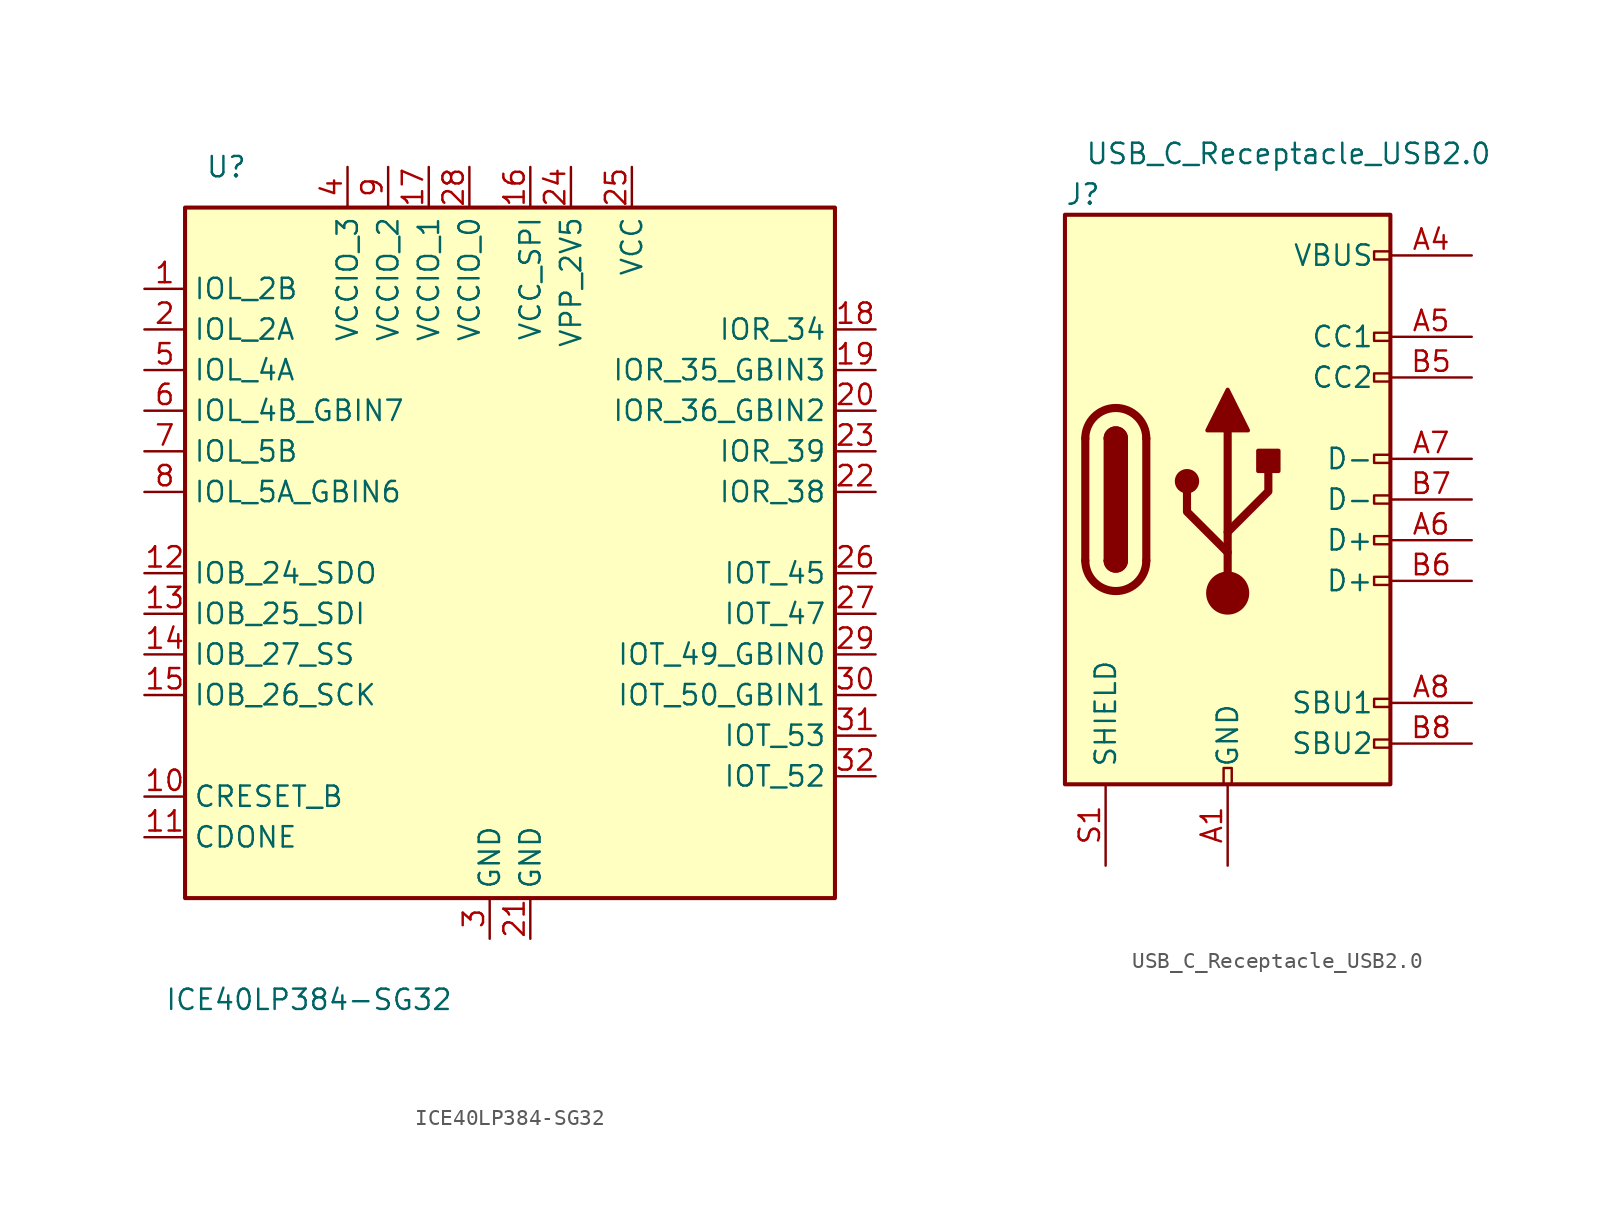
<source format=kicad_sym>
(kicad_symbol_lib
  (version 20220914)
  (generator kicad_symbol_editor)
  (symbol "ICE40LP384-SG32"
    (property "Reference" "U"
      (at -19.05 22.86 0)
      (effects (font (size 1.27 1.27)) (justify left)))
    (property "Value" "ICE40LP384-SG32"
      (at -21.59 -29.21 0)
      (effects (font (size 1.27 1.27)) (justify left)))
    (symbol "ICE40LP384-SG32_0_1"
      (rectangle (start -20.32 20.32) (end 20.32 -22.86) (stroke (width 0.254) (type default)) (fill (type background))))
    (symbol "ICE40LP384-SG32_1_1"
      (pin bidirectional line (at -22.86 15.24 0) (length 2.54) (name "IOL_2B" (effects (font (size 1.27 1.27)))) (number "1" (effects (font (size 1.27 1.27)))))
      (pin input line (at -22.86 -16.51 0) (length 2.54) (name "CRESET_B" (effects (font (size 1.27 1.27)))) (number "10" (effects (font (size 1.27 1.27)))))
      (pin output line (at -22.86 -19.05 0) (length 2.54) (name "CDONE" (effects (font (size 1.27 1.27)))) (number "11" (effects (font (size 1.27 1.27)))))
      (pin bidirectional line (at -22.86 -2.54 0) (length 2.54) (name "IOB_24_SDO" (effects (font (size 1.27 1.27)))) (number "12" (effects (font (size 1.27 1.27)))))
      (pin bidirectional line (at -22.86 -5.08 0) (length 2.54) (name "IOB_25_SDI" (effects (font (size 1.27 1.27)))) (number "13" (effects (font (size 1.27 1.27)))))
      (pin bidirectional line (at -22.86 -7.62 0) (length 2.54) (name "IOB_27_SS" (effects (font (size 1.27 1.27)))) (number "14" (effects (font (size 1.27 1.27)))))
      (pin bidirectional line (at -22.86 -10.16 0) (length 2.54) (name "IOB_26_SCK" (effects (font (size 1.27 1.27)))) (number "15" (effects (font (size 1.27 1.27)))))
      (pin power_in line (at 1.27 22.86 270) (length 2.54) (name "VCC_SPI" (effects (font (size 1.27 1.27)))) (number "16" (effects (font (size 1.27 1.27)))))
      (pin power_in line (at -5.08 22.86 270) (length 2.54) (name "VCCIO_1" (effects (font (size 1.27 1.27)))) (number "17" (effects (font (size 1.27 1.27)))))
      (pin bidirectional line (at 22.86 12.7 180) (length 2.54) (name "IOR_34" (effects (font (size 1.27 1.27)))) (number "18" (effects (font (size 1.27 1.27)))))
      (pin bidirectional line (at 22.86 10.16 180) (length 2.54) (name "IOR_35_GBIN3" (effects (font (size 1.27 1.27)))) (number "19" (effects (font (size 1.27 1.27)))))
      (pin bidirectional line (at -22.86 12.7 0) (length 2.54) (name "IOL_2A" (effects (font (size 1.27 1.27)))) (number "2" (effects (font (size 1.27 1.27)))))
      (pin bidirectional line (at 22.86 7.62 180) (length 2.54) (name "IOR_36_GBIN2" (effects (font (size 1.27 1.27)))) (number "20" (effects (font (size 1.27 1.27)))))
      (pin power_in line (at 1.27 -25.4 90) (length 2.54) (name "GND" (effects (font (size 1.27 1.27)))) (number "21" (effects (font (size 1.27 1.27)))))
      (pin bidirectional line (at 22.86 2.54 180) (length 2.54) (name "IOR_38" (effects (font (size 1.27 1.27)))) (number "22" (effects (font (size 1.27 1.27)))))
      (pin bidirectional line (at 22.86 5.08 180) (length 2.54) (name "IOR_39" (effects (font (size 1.27 1.27)))) (number "23" (effects (font (size 1.27 1.27)))))
      (pin bidirectional line (at 3.81 22.86 270) (length 2.54) (name "VPP_2V5" (effects (font (size 1.27 1.27)))) (number "24" (effects (font (size 1.27 1.27)))))
      (pin power_in line (at 7.62 22.86 270) (length 2.54) (name "VCC" (effects (font (size 1.27 1.27)))) (number "25" (effects (font (size 1.27 1.27)))))
      (pin bidirectional line (at 22.86 -2.54 180) (length 2.54) (name "IOT_45" (effects (font (size 1.27 1.27)))) (number "26" (effects (font (size 1.27 1.27)))))
      (pin bidirectional line (at 22.86 -5.08 180) (length 2.54) (name "IOT_47" (effects (font (size 1.27 1.27)))) (number "27" (effects (font (size 1.27 1.27)))))
      (pin power_in line (at -2.54 22.86 270) (length 2.54) (name "VCCIO_0" (effects (font (size 1.27 1.27)))) (number "28" (effects (font (size 1.27 1.27)))))
      (pin bidirectional line (at 22.86 -7.62 180) (length 2.54) (name "IOT_49_GBIN0" (effects (font (size 1.27 1.27)))) (number "29" (effects (font (size 1.27 1.27)))))
      (pin power_in line (at -1.27 -25.4 90) (length 2.54) (name "GND" (effects (font (size 1.27 1.27)))) (number "3" (effects (font (size 1.27 1.27)))))
      (pin bidirectional line (at 22.86 -10.16 180) (length 2.54) (name "IOT_50_GBIN1" (effects (font (size 1.27 1.27)))) (number "30" (effects (font (size 1.27 1.27)))))
      (pin bidirectional line (at 22.86 -12.7 180) (length 2.54) (name "IOT_53" (effects (font (size 1.27 1.27)))) (number "31" (effects (font (size 1.27 1.27)))))
      (pin bidirectional line (at 22.86 -15.24 180) (length 2.54) (name "IOT_52" (effects (font (size 1.27 1.27)))) (number "32" (effects (font (size 1.27 1.27)))))
      (pin power_in line (at -10.16 22.86 270) (length 2.54) (name "VCCIO_3" (effects (font (size 1.27 1.27)))) (number "4" (effects (font (size 1.27 1.27)))))
      (pin bidirectional line (at -22.86 10.16 0) (length 2.54) (name "IOL_4A" (effects (font (size 1.27 1.27)))) (number "5" (effects (font (size 1.27 1.27)))))
      (pin bidirectional line (at -22.86 7.62 0) (length 2.54) (name "IOL_4B_GBIN7" (effects (font (size 1.27 1.27)))) (number "6" (effects (font (size 1.27 1.27)))))
      (pin bidirectional line (at -22.86 5.08 0) (length 2.54) (name "IOL_5B" (effects (font (size 1.27 1.27)))) (number "7" (effects (font (size 1.27 1.27)))))
      (pin bidirectional line (at -22.86 2.54 0) (length 2.54) (name "IOL_5A_GBIN6" (effects (font (size 1.27 1.27)))) (number "8" (effects (font (size 1.27 1.27)))))
      (pin power_in line (at -7.62 22.86 270) (length 2.54) (name "VCCIO_2" (effects (font (size 1.27 1.27)))) (number "9" (effects (font (size 1.27 1.27)))))))
  (symbol "USB_C_Receptacle_USB2.0"
    (pin_names
      (offset 1.016))
    (property "Reference" "J"
      (at -10.16 19.05 0)
      (effects (font (size 1.27 1.27)) (justify left)))
    (property "Value" "USB_C_Receptacle_USB2.0"
      (at 16.51 21.59 0)
      (effects (font (size 1.27 1.27)) (justify right)))
    (symbol "USB_C_Receptacle_USB2.0_0_0"
      (rectangle (start -0.254 -17.78) (end 0.254 -16.764) (stroke (width 0) (type default)) (fill (type none)))
      (rectangle (start 10.16 -14.986) (end 9.144 -15.494) (stroke (width 0) (type default)) (fill (type none)))
      (rectangle (start 10.16 -12.446) (end 9.144 -12.954) (stroke (width 0) (type default)) (fill (type none)))
      (rectangle (start 10.16 -4.826) (end 9.144 -5.334) (stroke (width 0) (type default)) (fill (type none)))
      (rectangle (start 10.16 -2.286) (end 9.144 -2.794) (stroke (width 0) (type default)) (fill (type none)))
      (rectangle (start 10.16 0.254) (end 9.144 -0.254) (stroke (width 0) (type default)) (fill (type none)))
      (rectangle (start 10.16 2.794) (end 9.144 2.286) (stroke (width 0) (type default)) (fill (type none)))
      (rectangle (start 10.16 7.874) (end 9.144 7.366) (stroke (width 0) (type default)) (fill (type none)))
      (rectangle (start 10.16 10.414) (end 9.144 9.906) (stroke (width 0) (type default)) (fill (type none)))
      (rectangle (start 10.16 15.494) (end 9.144 14.986) (stroke (width 0) (type default)) (fill (type none))))
    (symbol "USB_C_Receptacle_USB2.0_0_1"
      (rectangle (start -10.16 17.78) (end 10.16 -17.78) (stroke (width 0.254) (type default)) (fill (type background)))
      (arc (start -8.89 -3.81) (mid -6.985 -5.7067) (end -5.08 -3.81) (stroke (width 0.508) (type default)) (fill (type none)))
      (arc (start -7.62 -3.81) (mid -6.985 -4.4423) (end -6.35 -3.81) (stroke (width 0.254) (type default)) (fill (type none)))
      (arc (start -7.62 -3.81) (mid -6.985 -4.4423) (end -6.35 -3.81) (stroke (width 0.254) (type default)) (fill (type outline)))
      (rectangle (start -7.62 -3.81) (end -6.35 3.81) (stroke (width 0.254) (type default)) (fill (type outline)))
      (arc (start -6.35 3.81) (mid -6.985 4.4423) (end -7.62 3.81) (stroke (width 0.254) (type default)) (fill (type none)))
      (arc (start -6.35 3.81) (mid -6.985 4.4423) (end -7.62 3.81) (stroke (width 0.254) (type default)) (fill (type outline)))
      (arc (start -5.08 3.81) (mid -6.985 5.7067) (end -8.89 3.81) (stroke (width 0.508) (type default)) (fill (type none)))
      (circle (center -2.54 1.143) (radius 0.635) (stroke (width 0.254) (type default)) (fill (type outline)))
      (circle (center 0 -5.842) (radius 1.27) (stroke (width 0) (type default)) (fill (type outline)))
      (polyline (pts (xy -8.89 -3.81) (xy -8.89 3.81)) (stroke (width 0.508) (type default)) (fill (type none)))
      (polyline (pts (xy -5.08 3.81) (xy -5.08 -3.81)) (stroke (width 0.508) (type default)) (fill (type none)))
      (polyline (pts (xy 0 -5.842) (xy 0 4.318)) (stroke (width 0.508) (type default)) (fill (type none)))
      (polyline (pts (xy 0 -3.302) (xy -2.54 -0.762) (xy -2.54 0.508)) (stroke (width 0.508) (type default)) (fill (type none)))
      (polyline (pts (xy 0 -2.032) (xy 2.54 0.508) (xy 2.54 1.778)) (stroke (width 0.508) (type default)) (fill (type none)))
      (polyline (pts (xy -1.27 4.318) (xy 0 6.858) (xy 1.27 4.318) (xy -1.27 4.318)) (stroke (width 0.254) (type default)) (fill (type outline)))
      (rectangle (start 1.905 1.778) (end 3.175 3.048) (stroke (width 0.254) (type default)) (fill (type outline))))
    (symbol "USB_C_Receptacle_USB2.0_1_1"
      (pin passive line (at 0 -22.86 90) (length 5.08) (name "GND" (effects (font (size 1.27 1.27)))) (number "A1" (effects (font (size 1.27 1.27)))))
      (pin passive line (at 15.24 15.24 180) (length 5.08) (name "VBUS" (effects (font (size 1.27 1.27)))) (number "A4" (effects (font (size 1.27 1.27)))))
      (pin bidirectional line (at 15.24 10.16 180) (length 5.08) (name "CC1" (effects (font (size 1.27 1.27)))) (number "A5" (effects (font (size 1.27 1.27)))))
      (pin bidirectional line (at 15.24 -2.54 180) (length 5.08) (name "D+" (effects (font (size 1.27 1.27)))) (number "A6" (effects (font (size 1.27 1.27)))))
      (pin bidirectional line (at 15.24 2.54 180) (length 5.08) (name "D-" (effects (font (size 1.27 1.27)))) (number "A7" (effects (font (size 1.27 1.27)))))
      (pin bidirectional line (at 15.24 -12.7 180) (length 5.08) (name "SBU1" (effects (font (size 1.27 1.27)))) (number "A8" (effects (font (size 1.27 1.27)))))
      (pin passive line (at 15.24 15.24 180) (length 5.08) hide (name "VBUS" (effects (font (size 1.27 1.27)))) (number "A9" (effects (font (size 1.27 1.27)))))
      (pin bidirectional line (at 15.24 7.62 180) (length 5.08) (name "CC2" (effects (font (size 1.27 1.27)))) (number "B5" (effects (font (size 1.27 1.27)))))
      (pin bidirectional line (at 15.24 -5.08 180) (length 5.08) (name "D+" (effects (font (size 1.27 1.27)))) (number "B6" (effects (font (size 1.27 1.27)))))
      (pin bidirectional line (at 15.24 0 180) (length 5.08) (name "D-" (effects (font (size 1.27 1.27)))) (number "B7" (effects (font (size 1.27 1.27)))))
      (pin bidirectional line (at 15.24 -15.24 180) (length 5.08) (name "SBU2" (effects (font (size 1.27 1.27)))) (number "B8" (effects (font (size 1.27 1.27)))))
      (pin passive line (at -7.62 -22.86 90) (length 5.08) (name "SHIELD" (effects (font (size 1.27 1.27)))) (number "S1" (effects (font (size 1.27 1.27))))))))
</source>
